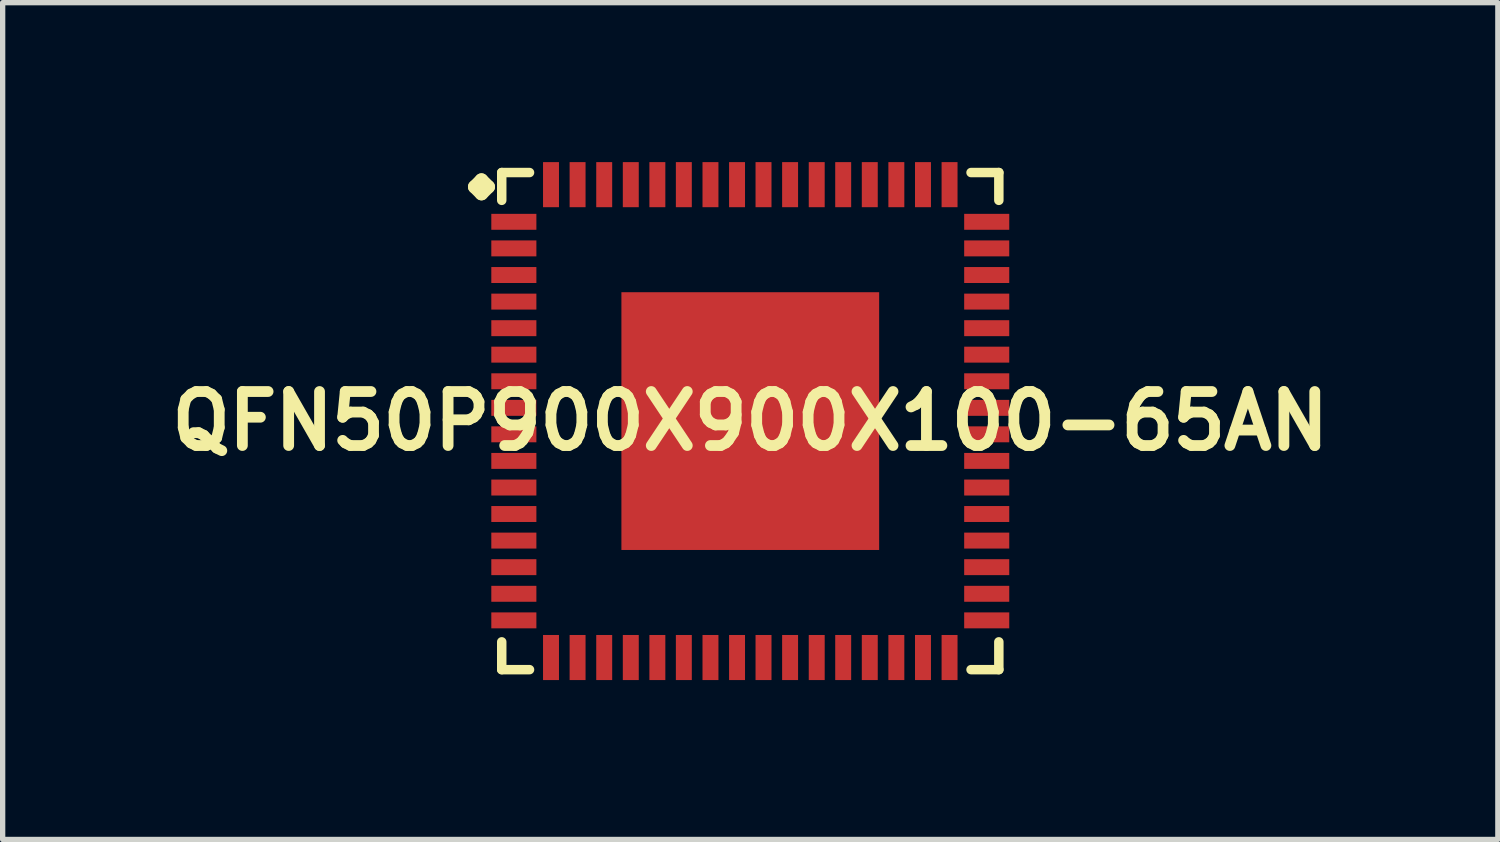
<source format=kicad_pcb>
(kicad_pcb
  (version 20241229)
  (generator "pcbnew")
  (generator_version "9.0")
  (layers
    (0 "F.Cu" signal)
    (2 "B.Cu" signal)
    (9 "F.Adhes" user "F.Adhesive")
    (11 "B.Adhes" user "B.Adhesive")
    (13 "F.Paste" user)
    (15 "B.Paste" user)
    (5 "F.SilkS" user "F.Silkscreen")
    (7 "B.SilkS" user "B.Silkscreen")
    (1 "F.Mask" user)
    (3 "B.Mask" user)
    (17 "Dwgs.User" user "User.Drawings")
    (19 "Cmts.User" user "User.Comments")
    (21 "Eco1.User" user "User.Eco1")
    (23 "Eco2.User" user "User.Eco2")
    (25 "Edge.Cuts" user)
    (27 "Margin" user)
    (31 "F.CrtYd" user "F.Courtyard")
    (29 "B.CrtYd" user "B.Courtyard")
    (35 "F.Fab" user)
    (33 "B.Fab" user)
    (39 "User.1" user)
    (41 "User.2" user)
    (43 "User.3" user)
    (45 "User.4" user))
  (footprint "QFN50P900X900X100-65AN"
    (layer "F.Cu")
    (at 11.065 4.872)
    (property "Reference" "QFN50P900X900X100-65AN" (at 0 0 0) (layer "F.SilkS") (effects (font (size 1.016 1.016) (thickness 0.203))))
    (attr smd)
    (fp_line (start -5.184 -4.407) (end -5.057 -4.534) (stroke (width 0.254) (type solid)) (layer "F.SilkS"))
    (fp_line (start -5.057 -4.534) (end -4.93 -4.407) (stroke (width 0.254) (type solid)) (layer "F.SilkS"))
    (fp_line (start -5.057 -4.28) (end -5.184 -4.407) (stroke (width 0.254) (type solid)) (layer "F.SilkS"))
    (fp_line (start -4.93 -4.407) (end -5.057 -4.28) (stroke (width 0.254) (type solid)) (layer "F.SilkS"))
    (fp_line (start -4.676 -4.676) (end -4.153 -4.676) (stroke (width 0.178) (type solid)) (layer "F.SilkS"))
    (fp_line (start -4.676 -4.153) (end -4.676 -4.676) (stroke (width 0.178) (type solid)) (layer "F.SilkS"))
    (fp_line (start -4.676 4.153) (end -4.676 4.676) (stroke (width 0.178) (type solid)) (layer "F.SilkS"))
    (fp_line (start -4.676 4.676) (end -4.153 4.676) (stroke (width 0.178) (type solid)) (layer "F.SilkS"))
    (fp_line (start 4.153 -4.676) (end 4.676 -4.676) (stroke (width 0.178) (type solid)) (layer "F.SilkS"))
    (fp_line (start 4.153 4.676) (end 4.676 4.676) (stroke (width 0.178) (type solid)) (layer "F.SilkS"))
    (fp_line (start 4.676 -4.676) (end 4.676 -4.153) (stroke (width 0.178) (type solid)) (layer "F.SilkS"))
    (fp_line (start 4.676 4.676) (end 4.676 4.153) (stroke (width 0.178) (type solid)) (layer "F.SilkS"))
    (pad "1" smd rect (at -4.448 -3.749) (size 0.848 0.3) (layers "F.Cu" "F.Mask" "F.Paste"))
    (pad "2" smd rect (at -4.448 -3.249) (size 0.848 0.3) (layers "F.Cu" "F.Mask" "F.Paste"))
    (pad "3" smd rect (at -4.448 -2.748) (size 0.848 0.3) (layers "F.Cu" "F.Mask" "F.Paste"))
    (pad "4" smd rect (at -4.448 -2.248) (size 0.848 0.3) (layers "F.Cu" "F.Mask" "F.Paste"))
    (pad "5" smd rect (at -4.448 -1.748) (size 0.848 0.3) (layers "F.Cu" "F.Mask" "F.Paste"))
    (pad "6" smd rect (at -4.448 -1.25) (size 0.848 0.3) (layers "F.Cu" "F.Mask" "F.Paste"))
    (pad "7" smd rect (at -4.448 -0.749) (size 0.848 0.3) (layers "F.Cu" "F.Mask" "F.Paste"))
    (pad "8" smd rect (at -4.448 -0.249) (size 0.848 0.3) (layers "F.Cu" "F.Mask" "F.Paste"))
    (pad "9" smd rect (at -4.448 0.249) (size 0.848 0.3) (layers "F.Cu" "F.Mask" "F.Paste"))
    (pad "10" smd rect (at -4.448 0.749) (size 0.848 0.3) (layers "F.Cu" "F.Mask" "F.Paste"))
    (pad "11" smd rect (at -4.448 1.25) (size 0.848 0.3) (layers "F.Cu" "F.Mask" "F.Paste"))
    (pad "12" smd rect (at -4.448 1.748) (size 0.848 0.3) (layers "F.Cu" "F.Mask" "F.Paste"))
    (pad "13" smd rect (at -4.448 2.248) (size 0.848 0.3) (layers "F.Cu" "F.Mask" "F.Paste"))
    (pad "14" smd rect (at -4.448 2.748) (size 0.848 0.3) (layers "F.Cu" "F.Mask" "F.Paste"))
    (pad "15" smd rect (at -4.448 3.249) (size 0.848 0.3) (layers "F.Cu" "F.Mask" "F.Paste"))
    (pad "16" smd rect (at -4.448 3.749) (size 0.848 0.3) (layers "F.Cu" "F.Mask" "F.Paste"))
    (pad "17" smd rect (at -3.749 4.448) (size 0.3 0.848) (layers "F.Cu" "F.Mask" "F.Paste"))
    (pad "18" smd rect (at -3.249 4.448) (size 0.3 0.848) (layers "F.Cu" "F.Mask" "F.Paste"))
    (pad "19" smd rect (at -2.748 4.448) (size 0.3 0.848) (layers "F.Cu" "F.Mask" "F.Paste"))
    (pad "20" smd rect (at -2.248 4.448) (size 0.3 0.848) (layers "F.Cu" "F.Mask" "F.Paste"))
    (pad "21" smd rect (at -1.748 4.448) (size 0.3 0.848) (layers "F.Cu" "F.Mask" "F.Paste"))
    (pad "22" smd rect (at -1.25 4.448) (size 0.3 0.848) (layers "F.Cu" "F.Mask" "F.Paste"))
    (pad "23" smd rect (at -0.749 4.448) (size 0.3 0.848) (layers "F.Cu" "F.Mask" "F.Paste"))
    (pad "24" smd rect (at -0.249 4.448) (size 0.3 0.848) (layers "F.Cu" "F.Mask" "F.Paste"))
    (pad "25" smd rect (at 0.249 4.448) (size 0.3 0.848) (layers "F.Cu" "F.Mask" "F.Paste"))
    (pad "26" smd rect (at 0.749 4.448) (size 0.3 0.848) (layers "F.Cu" "F.Mask" "F.Paste"))
    (pad "27" smd rect (at 1.25 4.448) (size 0.3 0.848) (layers "F.Cu" "F.Mask" "F.Paste"))
    (pad "28" smd rect (at 1.748 4.448) (size 0.3 0.848) (layers "F.Cu" "F.Mask" "F.Paste"))
    (pad "29" smd rect (at 2.248 4.448) (size 0.3 0.848) (layers "F.Cu" "F.Mask" "F.Paste"))
    (pad "30" smd rect (at 2.748 4.448) (size 0.3 0.848) (layers "F.Cu" "F.Mask" "F.Paste"))
    (pad "31" smd rect (at 3.249 4.448) (size 0.3 0.848) (layers "F.Cu" "F.Mask" "F.Paste"))
    (pad "32" smd rect (at 3.749 4.448) (size 0.3 0.848) (layers "F.Cu" "F.Mask" "F.Paste"))
    (pad "33" smd rect (at 4.448 3.749) (size 0.848 0.3) (layers "F.Cu" "F.Mask" "F.Paste"))
    (pad "34" smd rect (at 4.448 3.249) (size 0.848 0.3) (layers "F.Cu" "F.Mask" "F.Paste"))
    (pad "35" smd rect (at 4.448 2.748) (size 0.848 0.3) (layers "F.Cu" "F.Mask" "F.Paste"))
    (pad "36" smd rect (at 4.448 2.248) (size 0.848 0.3) (layers "F.Cu" "F.Mask" "F.Paste"))
    (pad "37" smd rect (at 4.448 1.748) (size 0.848 0.3) (layers "F.Cu" "F.Mask" "F.Paste"))
    (pad "38" smd rect (at 4.448 1.25) (size 0.848 0.3) (layers "F.Cu" "F.Mask" "F.Paste"))
    (pad "39" smd rect (at 4.448 0.749) (size 0.848 0.3) (layers "F.Cu" "F.Mask" "F.Paste"))
    (pad "40" smd rect (at 4.448 0.249) (size 0.848 0.3) (layers "F.Cu" "F.Mask" "F.Paste"))
    (pad "41" smd rect (at 4.448 -0.249) (size 0.848 0.3) (layers "F.Cu" "F.Mask" "F.Paste"))
    (pad "42" smd rect (at 4.448 -0.749) (size 0.848 0.3) (layers "F.Cu" "F.Mask" "F.Paste"))
    (pad "43" smd rect (at 4.448 -1.25) (size 0.848 0.3) (layers "F.Cu" "F.Mask" "F.Paste"))
    (pad "44" smd rect (at 4.448 -1.748) (size 0.848 0.3) (layers "F.Cu" "F.Mask" "F.Paste"))
    (pad "45" smd rect (at 4.448 -2.248) (size 0.848 0.3) (layers "F.Cu" "F.Mask" "F.Paste"))
    (pad "46" smd rect (at 4.448 -2.748) (size 0.848 0.3) (layers "F.Cu" "F.Mask" "F.Paste"))
    (pad "47" smd rect (at 4.448 -3.249) (size 0.848 0.3) (layers "F.Cu" "F.Mask" "F.Paste"))
    (pad "48" smd rect (at 4.448 -3.749) (size 0.848 0.3) (layers "F.Cu" "F.Mask" "F.Paste"))
    (pad "49" smd rect (at 3.749 -4.448) (size 0.3 0.848) (layers "F.Cu" "F.Mask" "F.Paste"))
    (pad "50" smd rect (at 3.249 -4.448) (size 0.3 0.848) (layers "F.Cu" "F.Mask" "F.Paste"))
    (pad "51" smd rect (at 2.748 -4.448) (size 0.3 0.848) (layers "F.Cu" "F.Mask" "F.Paste"))
    (pad "52" smd rect (at 2.248 -4.448) (size 0.3 0.848) (layers "F.Cu" "F.Mask" "F.Paste"))
    (pad "53" smd rect (at 1.748 -4.448) (size 0.3 0.848) (layers "F.Cu" "F.Mask" "F.Paste"))
    (pad "54" smd rect (at 1.25 -4.448) (size 0.3 0.848) (layers "F.Cu" "F.Mask" "F.Paste"))
    (pad "55" smd rect (at 0.749 -4.448) (size 0.3 0.848) (layers "F.Cu" "F.Mask" "F.Paste"))
    (pad "56" smd rect (at 0.249 -4.448) (size 0.3 0.848) (layers "F.Cu" "F.Mask" "F.Paste"))
    (pad "57" smd rect (at -0.249 -4.448) (size 0.3 0.848) (layers "F.Cu" "F.Mask" "F.Paste"))
    (pad "58" smd rect (at -0.749 -4.448) (size 0.3 0.848) (layers "F.Cu" "F.Mask" "F.Paste"))
    (pad "59" smd rect (at -1.25 -4.448) (size 0.3 0.848) (layers "F.Cu" "F.Mask" "F.Paste"))
    (pad "60" smd rect (at -1.748 -4.448) (size 0.3 0.848) (layers "F.Cu" "F.Mask" "F.Paste"))
    (pad "61" smd rect (at -2.248 -4.448) (size 0.3 0.848) (layers "F.Cu" "F.Mask" "F.Paste"))
    (pad "62" smd rect (at -2.748 -4.448) (size 0.3 0.848) (layers "F.Cu" "F.Mask" "F.Paste"))
    (pad "63" smd rect (at -3.249 -4.448) (size 0.3 0.848) (layers "F.Cu" "F.Mask" "F.Paste"))
    (pad "64" smd rect (at -3.749 -4.448) (size 0.3 0.848) (layers "F.Cu" "F.Mask" "F.Paste"))
    (pad "65" smd rect (at 0 0) (size 4.849 4.849) (layers "F.Cu" "F.Mask" "F.Paste")))
  (gr_rect
    (start -3 -3)
    (end 25.129 12.743)
    (stroke (width 0.1) (type default))
    (fill no)
    (layer "Edge.Cuts")))
</source>
